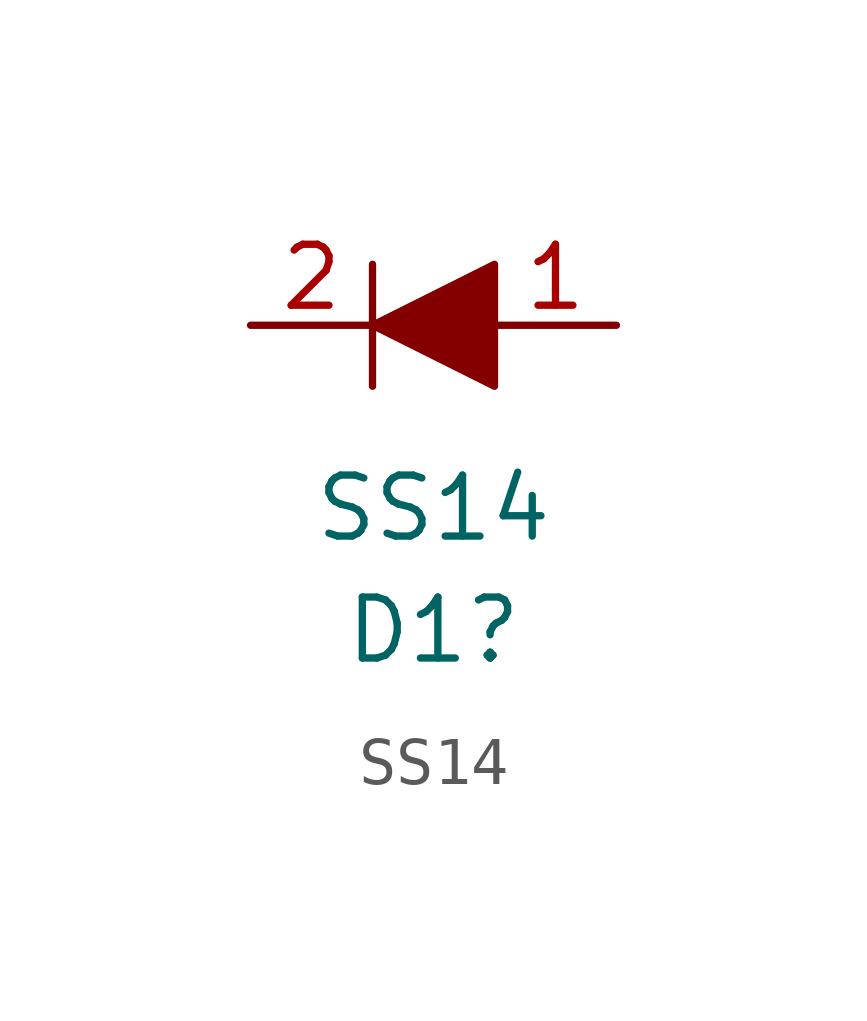
<source format=kicad_sym>
(kicad_symbol_lib
  (version 20231120)
  (generator "kicad_symbol_editor")
  (generator_version "8.0")
  (symbol "SS14"
    (pin_names
      (offset 1.016))
    (property "Reference" "D1"
      (at 1.27 -6.35 0)
      (effects (font (size 1.27 1.27))))
    (property "Value" "SS14"
      (at 1.27 -3.81 0)
      (effects (font (size 1.27 1.27))))
    (symbol "SS14_0_1"
      (polyline (pts (xy 0 0) (xy 2.54 0)) (stroke (width 0) (type solid)) (fill (type none)))
      (polyline (pts (xy 0 1.27) (xy 0 -1.27)) (stroke (width 0) (type solid)) (fill (type none)))
      (polyline (pts (xy 2.54 1.27) (xy 2.54 -1.27) (xy 0 0) (xy 2.54 1.27)) (stroke (width 0) (type solid)) (fill (type outline))))
    (symbol "SS14_1_1"
      (pin passive line (at 5.08 0 180) (length 2.54) (name "~" (effects (font (size 1.27 1.27)))) (number "1" (effects (font (size 1.27 1.27)))))
      (pin passive line (at -2.54 0 0) (length 2.54) (name "~" (effects (font (size 1.27 1.27)))) (number "2" (effects (font (size 1.27 1.27))))))))
</source>
